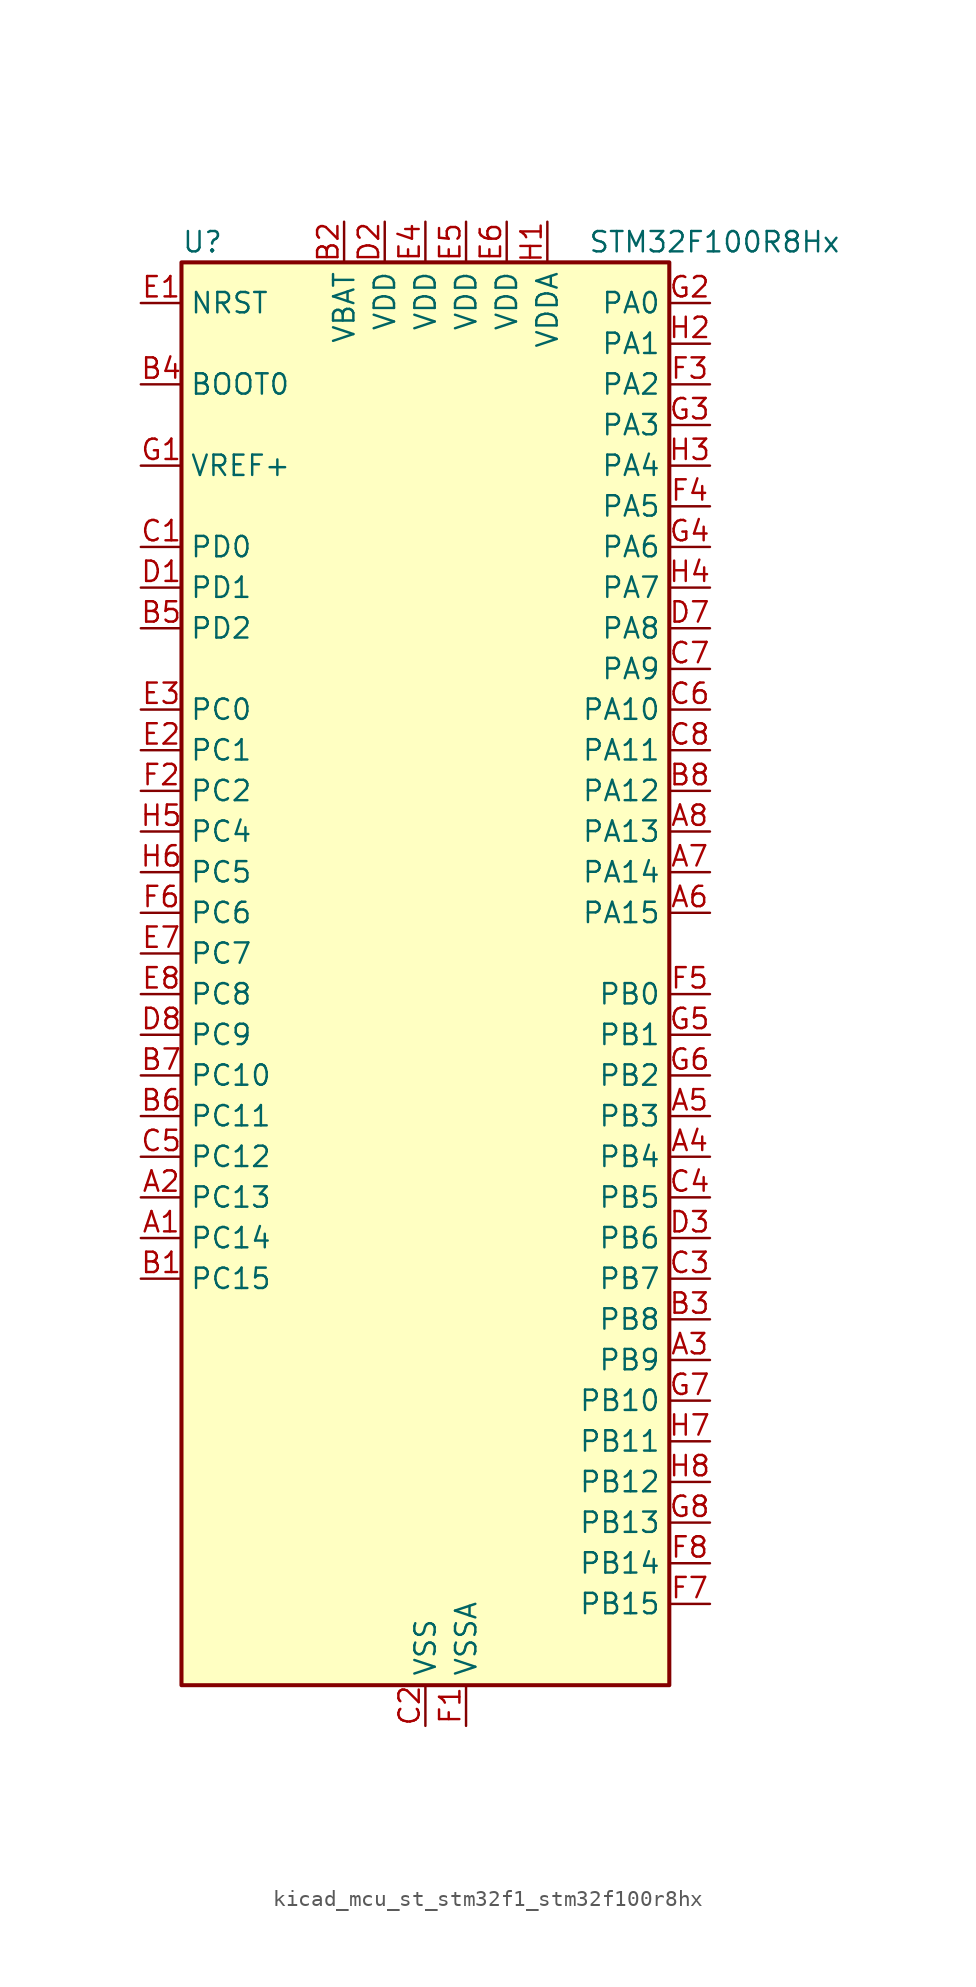
<source format=kicad_sym>
(kicad_symbol_lib
  (version 20220914)
  (generator kicad_symbol_editor)
  (symbol "kicad_mcu_st_stm32f1_stm32f100r8hx"
    (property "Reference" "U"
      (at -15.24 46.99 0)
      (effects (font (size 1.27 1.27)) (justify left)))
    (property "Value" "STM32F100R8Hx"
      (at 10.16 46.99 0)
      (effects (font (size 1.27 1.27)) (justify left)))
    (property "ki_locked" ""
      (at 0 0 0)
      (effects (font (size 1.27 1.27))))
    (symbol "kicad_mcu_st_stm32f1_stm32f100r8hx_0_1"
      (rectangle (start -15.24 -43.18) (end 15.24 45.72) (stroke (width 0.254) (type default)) (fill (type background))))
    (symbol "kicad_mcu_st_stm32f1_stm32f100r8hx_1_1"
      (pin bidirectional line (at -17.78 -15.24 0) (length 2.54) (name "PC14" (effects (font (size 1.27 1.27)))) (number "A1" (effects (font (size 1.27 1.27)))) (alternate "RCC_OSC32_IN" bidirectional line))
      (pin bidirectional line (at -17.78 -12.7 0) (length 2.54) (name "PC13" (effects (font (size 1.27 1.27)))) (number "A2" (effects (font (size 1.27 1.27)))) (alternate "RTC_OUT" bidirectional line) (alternate "RTC_TAMPER" bidirectional line))
      (pin bidirectional line (at 17.78 -22.86 180) (length 2.54) (name "PB9" (effects (font (size 1.27 1.27)))) (number "A3" (effects (font (size 1.27 1.27)))) (alternate "DAC_EXTI9" bidirectional line) (alternate "I2C1_SDA" bidirectional line) (alternate "TIM17_CH1" bidirectional line) (alternate "TIM4_CH4" bidirectional line))
      (pin bidirectional line (at 17.78 -10.16 180) (length 2.54) (name "PB4" (effects (font (size 1.27 1.27)))) (number "A4" (effects (font (size 1.27 1.27)))) (alternate "SPI1_MISO" bidirectional line) (alternate "SYS_NJTRST" bidirectional line) (alternate "TIM3_CH1" bidirectional line))
      (pin bidirectional line (at 17.78 -7.62 180) (length 2.54) (name "PB3" (effects (font (size 1.27 1.27)))) (number "A5" (effects (font (size 1.27 1.27)))) (alternate "SPI1_SCK" bidirectional line) (alternate "SYS_JTDO-TRACESWO" bidirectional line) (alternate "TIM2_CH2" bidirectional line))
      (pin bidirectional line (at 17.78 5.08 180) (length 2.54) (name "PA15" (effects (font (size 1.27 1.27)))) (number "A6" (effects (font (size 1.27 1.27)))) (alternate "ADC1_EXTI15" bidirectional line) (alternate "SPI1_NSS" bidirectional line) (alternate "SYS_JTDI" bidirectional line) (alternate "TIM2_CH1" bidirectional line) (alternate "TIM2_ETR" bidirectional line))
      (pin bidirectional line (at 17.78 7.62 180) (length 2.54) (name "PA14" (effects (font (size 1.27 1.27)))) (number "A7" (effects (font (size 1.27 1.27)))) (alternate "SYS_JTCK-SWCLK" bidirectional line))
      (pin bidirectional line (at 17.78 10.16 180) (length 2.54) (name "PA13" (effects (font (size 1.27 1.27)))) (number "A8" (effects (font (size 1.27 1.27)))) (alternate "SYS_JTMS-SWDIO" bidirectional line))
      (pin bidirectional line (at -17.78 -17.78 0) (length 2.54) (name "PC15" (effects (font (size 1.27 1.27)))) (number "B1" (effects (font (size 1.27 1.27)))) (alternate "ADC1_EXTI15" bidirectional line) (alternate "RCC_OSC32_OUT" bidirectional line))
      (pin power_in line (at -5.08 48.26 270) (length 2.54) (name "VBAT" (effects (font (size 1.27 1.27)))) (number "B2" (effects (font (size 1.27 1.27)))))
      (pin bidirectional line (at 17.78 -20.32 180) (length 2.54) (name "PB8" (effects (font (size 1.27 1.27)))) (number "B3" (effects (font (size 1.27 1.27)))) (alternate "CEC" bidirectional line) (alternate "I2C1_SCL" bidirectional line) (alternate "TIM16_CH1" bidirectional line) (alternate "TIM4_CH3" bidirectional line))
      (pin input line (at -17.78 38.1 0) (length 2.54) (name "BOOT0" (effects (font (size 1.27 1.27)))) (number "B4" (effects (font (size 1.27 1.27)))))
      (pin bidirectional line (at -17.78 22.86 0) (length 2.54) (name "PD2" (effects (font (size 1.27 1.27)))) (number "B5" (effects (font (size 1.27 1.27)))) (alternate "TIM3_ETR" bidirectional line))
      (pin bidirectional line (at -17.78 -7.62 0) (length 2.54) (name "PC11" (effects (font (size 1.27 1.27)))) (number "B6" (effects (font (size 1.27 1.27)))) (alternate "ADC1_EXTI11" bidirectional line) (alternate "USART3_RX" bidirectional line))
      (pin bidirectional line (at -17.78 -5.08 0) (length 2.54) (name "PC10" (effects (font (size 1.27 1.27)))) (number "B7" (effects (font (size 1.27 1.27)))) (alternate "USART3_TX" bidirectional line))
      (pin bidirectional line (at 17.78 12.7 180) (length 2.54) (name "PA12" (effects (font (size 1.27 1.27)))) (number "B8" (effects (font (size 1.27 1.27)))) (alternate "TIM1_ETR" bidirectional line) (alternate "USART1_RTS" bidirectional line))
      (pin bidirectional line (at -17.78 27.94 0) (length 2.54) (name "PD0" (effects (font (size 1.27 1.27)))) (number "C1" (effects (font (size 1.27 1.27)))) (alternate "RCC_OSC_IN" bidirectional line))
      (pin power_in line (at 0 -45.72 90) (length 2.54) (name "VSS" (effects (font (size 1.27 1.27)))) (number "C2" (effects (font (size 1.27 1.27)))))
      (pin bidirectional line (at 17.78 -17.78 180) (length 2.54) (name "PB7" (effects (font (size 1.27 1.27)))) (number "C3" (effects (font (size 1.27 1.27)))) (alternate "I2C1_SDA" bidirectional line) (alternate "TIM17_CH1N" bidirectional line) (alternate "TIM4_CH2" bidirectional line) (alternate "USART1_RX" bidirectional line))
      (pin bidirectional line (at 17.78 -12.7 180) (length 2.54) (name "PB5" (effects (font (size 1.27 1.27)))) (number "C4" (effects (font (size 1.27 1.27)))) (alternate "I2C1_SMBA" bidirectional line) (alternate "SPI1_MOSI" bidirectional line) (alternate "TIM16_BKIN" bidirectional line) (alternate "TIM3_CH2" bidirectional line))
      (pin bidirectional line (at -17.78 -10.16 0) (length 2.54) (name "PC12" (effects (font (size 1.27 1.27)))) (number "C5" (effects (font (size 1.27 1.27)))) (alternate "USART3_CK" bidirectional line))
      (pin bidirectional line (at 17.78 17.78 180) (length 2.54) (name "PA10" (effects (font (size 1.27 1.27)))) (number "C6" (effects (font (size 1.27 1.27)))) (alternate "TIM17_BKIN" bidirectional line) (alternate "TIM1_CH3" bidirectional line) (alternate "USART1_RX" bidirectional line))
      (pin bidirectional line (at 17.78 20.32 180) (length 2.54) (name "PA9" (effects (font (size 1.27 1.27)))) (number "C7" (effects (font (size 1.27 1.27)))) (alternate "DAC_EXTI9" bidirectional line) (alternate "TIM15_BKIN" bidirectional line) (alternate "TIM1_CH2" bidirectional line) (alternate "USART1_TX" bidirectional line))
      (pin bidirectional line (at 17.78 15.24 180) (length 2.54) (name "PA11" (effects (font (size 1.27 1.27)))) (number "C8" (effects (font (size 1.27 1.27)))) (alternate "ADC1_EXTI11" bidirectional line) (alternate "TIM1_CH4" bidirectional line) (alternate "USART1_CTS" bidirectional line))
      (pin bidirectional line (at -17.78 25.4 0) (length 2.54) (name "PD1" (effects (font (size 1.27 1.27)))) (number "D1" (effects (font (size 1.27 1.27)))) (alternate "RCC_OSC_OUT" bidirectional line))
      (pin power_in line (at -2.54 48.26 270) (length 2.54) (name "VDD" (effects (font (size 1.27 1.27)))) (number "D2" (effects (font (size 1.27 1.27)))))
      (pin bidirectional line (at 17.78 -15.24 180) (length 2.54) (name "PB6" (effects (font (size 1.27 1.27)))) (number "D3" (effects (font (size 1.27 1.27)))) (alternate "I2C1_SCL" bidirectional line) (alternate "TIM16_CH1N" bidirectional line) (alternate "TIM4_CH1" bidirectional line) (alternate "USART1_TX" bidirectional line))
      (pin passive line (at 0 -45.72 90) (length 2.54) hide (name "VSS" (effects (font (size 1.27 1.27)))) (number "D4" (effects (font (size 1.27 1.27)))))
      (pin passive line (at 0 -45.72 90) (length 2.54) hide (name "VSS" (effects (font (size 1.27 1.27)))) (number "D5" (effects (font (size 1.27 1.27)))))
      (pin passive line (at 0 -45.72 90) (length 2.54) hide (name "VSS" (effects (font (size 1.27 1.27)))) (number "D6" (effects (font (size 1.27 1.27)))))
      (pin bidirectional line (at 17.78 22.86 180) (length 2.54) (name "PA8" (effects (font (size 1.27 1.27)))) (number "D7" (effects (font (size 1.27 1.27)))) (alternate "RCC_MCO" bidirectional line) (alternate "TIM1_CH1" bidirectional line) (alternate "USART1_CK" bidirectional line))
      (pin bidirectional line (at -17.78 -2.54 0) (length 2.54) (name "PC9" (effects (font (size 1.27 1.27)))) (number "D8" (effects (font (size 1.27 1.27)))) (alternate "DAC_EXTI9" bidirectional line) (alternate "TIM3_CH4" bidirectional line))
      (pin input line (at -17.78 43.18 0) (length 2.54) (name "NRST" (effects (font (size 1.27 1.27)))) (number "E1" (effects (font (size 1.27 1.27)))))
      (pin bidirectional line (at -17.78 15.24 0) (length 2.54) (name "PC1" (effects (font (size 1.27 1.27)))) (number "E2" (effects (font (size 1.27 1.27)))) (alternate "ADC1_IN11" bidirectional line))
      (pin bidirectional line (at -17.78 17.78 0) (length 2.54) (name "PC0" (effects (font (size 1.27 1.27)))) (number "E3" (effects (font (size 1.27 1.27)))) (alternate "ADC1_IN10" bidirectional line))
      (pin power_in line (at 0 48.26 270) (length 2.54) (name "VDD" (effects (font (size 1.27 1.27)))) (number "E4" (effects (font (size 1.27 1.27)))))
      (pin power_in line (at 2.54 48.26 270) (length 2.54) (name "VDD" (effects (font (size 1.27 1.27)))) (number "E5" (effects (font (size 1.27 1.27)))))
      (pin power_in line (at 5.08 48.26 270) (length 2.54) (name "VDD" (effects (font (size 1.27 1.27)))) (number "E6" (effects (font (size 1.27 1.27)))))
      (pin bidirectional line (at -17.78 2.54 0) (length 2.54) (name "PC7" (effects (font (size 1.27 1.27)))) (number "E7" (effects (font (size 1.27 1.27)))) (alternate "TIM3_CH2" bidirectional line))
      (pin bidirectional line (at -17.78 0 0) (length 2.54) (name "PC8" (effects (font (size 1.27 1.27)))) (number "E8" (effects (font (size 1.27 1.27)))) (alternate "TIM3_CH3" bidirectional line))
      (pin power_in line (at 2.54 -45.72 90) (length 2.54) (name "VSSA" (effects (font (size 1.27 1.27)))) (number "F1" (effects (font (size 1.27 1.27)))))
      (pin bidirectional line (at -17.78 12.7 0) (length 2.54) (name "PC2" (effects (font (size 1.27 1.27)))) (number "F2" (effects (font (size 1.27 1.27)))) (alternate "ADC1_IN12" bidirectional line))
      (pin bidirectional line (at 17.78 38.1 180) (length 2.54) (name "PA2" (effects (font (size 1.27 1.27)))) (number "F3" (effects (font (size 1.27 1.27)))) (alternate "ADC1_IN2" bidirectional line) (alternate "TIM15_CH1" bidirectional line) (alternate "TIM2_CH3" bidirectional line) (alternate "USART2_TX" bidirectional line))
      (pin bidirectional line (at 17.78 30.48 180) (length 2.54) (name "PA5" (effects (font (size 1.27 1.27)))) (number "F4" (effects (font (size 1.27 1.27)))) (alternate "ADC1_IN5" bidirectional line) (alternate "DAC_OUT2" bidirectional line) (alternate "SPI1_SCK" bidirectional line))
      (pin bidirectional line (at 17.78 0 180) (length 2.54) (name "PB0" (effects (font (size 1.27 1.27)))) (number "F5" (effects (font (size 1.27 1.27)))) (alternate "ADC1_IN8" bidirectional line) (alternate "TIM1_CH2N" bidirectional line) (alternate "TIM3_CH3" bidirectional line))
      (pin bidirectional line (at -17.78 5.08 0) (length 2.54) (name "PC6" (effects (font (size 1.27 1.27)))) (number "F6" (effects (font (size 1.27 1.27)))) (alternate "TIM3_CH1" bidirectional line))
      (pin bidirectional line (at 17.78 -38.1 180) (length 2.54) (name "PB15" (effects (font (size 1.27 1.27)))) (number "F7" (effects (font (size 1.27 1.27)))) (alternate "ADC1_EXTI15" bidirectional line) (alternate "SPI2_MOSI" bidirectional line) (alternate "TIM15_CH1N" bidirectional line) (alternate "TIM15_CH2" bidirectional line) (alternate "TIM1_CH3N" bidirectional line))
      (pin bidirectional line (at 17.78 -35.56 180) (length 2.54) (name "PB14" (effects (font (size 1.27 1.27)))) (number "F8" (effects (font (size 1.27 1.27)))) (alternate "SPI2_MISO" bidirectional line) (alternate "TIM15_CH1" bidirectional line) (alternate "TIM1_CH2N" bidirectional line) (alternate "USART3_RTS" bidirectional line))
      (pin input line (at -17.78 33.02 0) (length 2.54) (name "VREF+" (effects (font (size 1.27 1.27)))) (number "G1" (effects (font (size 1.27 1.27)))))
      (pin bidirectional line (at 17.78 43.18 180) (length 2.54) (name "PA0" (effects (font (size 1.27 1.27)))) (number "G2" (effects (font (size 1.27 1.27)))) (alternate "ADC1_IN0" bidirectional line) (alternate "SYS_WKUP" bidirectional line) (alternate "TIM2_CH1" bidirectional line) (alternate "TIM2_ETR" bidirectional line) (alternate "USART2_CTS" bidirectional line))
      (pin bidirectional line (at 17.78 35.56 180) (length 2.54) (name "PA3" (effects (font (size 1.27 1.27)))) (number "G3" (effects (font (size 1.27 1.27)))) (alternate "ADC1_IN3" bidirectional line) (alternate "TIM15_CH2" bidirectional line) (alternate "TIM2_CH4" bidirectional line) (alternate "USART2_RX" bidirectional line))
      (pin bidirectional line (at 17.78 27.94 180) (length 2.54) (name "PA6" (effects (font (size 1.27 1.27)))) (number "G4" (effects (font (size 1.27 1.27)))) (alternate "ADC1_IN6" bidirectional line) (alternate "SPI1_MISO" bidirectional line) (alternate "TIM16_CH1" bidirectional line) (alternate "TIM1_BKIN" bidirectional line) (alternate "TIM3_CH1" bidirectional line))
      (pin bidirectional line (at 17.78 -2.54 180) (length 2.54) (name "PB1" (effects (font (size 1.27 1.27)))) (number "G5" (effects (font (size 1.27 1.27)))) (alternate "ADC1_IN9" bidirectional line) (alternate "TIM1_CH3N" bidirectional line) (alternate "TIM3_CH4" bidirectional line))
      (pin bidirectional line (at 17.78 -5.08 180) (length 2.54) (name "PB2" (effects (font (size 1.27 1.27)))) (number "G6" (effects (font (size 1.27 1.27)))))
      (pin bidirectional line (at 17.78 -25.4 180) (length 2.54) (name "PB10" (effects (font (size 1.27 1.27)))) (number "G7" (effects (font (size 1.27 1.27)))) (alternate "CEC" bidirectional line) (alternate "I2C2_SCL" bidirectional line) (alternate "TIM2_CH3" bidirectional line) (alternate "USART3_TX" bidirectional line))
      (pin bidirectional line (at 17.78 -33.02 180) (length 2.54) (name "PB13" (effects (font (size 1.27 1.27)))) (number "G8" (effects (font (size 1.27 1.27)))) (alternate "SPI2_SCK" bidirectional line) (alternate "TIM1_CH1N" bidirectional line) (alternate "USART3_CTS" bidirectional line))
      (pin power_in line (at 7.62 48.26 270) (length 2.54) (name "VDDA" (effects (font (size 1.27 1.27)))) (number "H1" (effects (font (size 1.27 1.27)))))
      (pin bidirectional line (at 17.78 40.64 180) (length 2.54) (name "PA1" (effects (font (size 1.27 1.27)))) (number "H2" (effects (font (size 1.27 1.27)))) (alternate "ADC1_IN1" bidirectional line) (alternate "TIM2_CH2" bidirectional line) (alternate "USART2_RTS" bidirectional line))
      (pin bidirectional line (at 17.78 33.02 180) (length 2.54) (name "PA4" (effects (font (size 1.27 1.27)))) (number "H3" (effects (font (size 1.27 1.27)))) (alternate "ADC1_IN4" bidirectional line) (alternate "DAC_OUT1" bidirectional line) (alternate "SPI1_NSS" bidirectional line) (alternate "USART2_CK" bidirectional line))
      (pin bidirectional line (at 17.78 25.4 180) (length 2.54) (name "PA7" (effects (font (size 1.27 1.27)))) (number "H4" (effects (font (size 1.27 1.27)))) (alternate "ADC1_IN7" bidirectional line) (alternate "SPI1_MOSI" bidirectional line) (alternate "TIM17_CH1" bidirectional line) (alternate "TIM1_CH1N" bidirectional line) (alternate "TIM3_CH2" bidirectional line))
      (pin bidirectional line (at -17.78 10.16 0) (length 2.54) (name "PC4" (effects (font (size 1.27 1.27)))) (number "H5" (effects (font (size 1.27 1.27)))) (alternate "ADC1_IN14" bidirectional line))
      (pin bidirectional line (at -17.78 7.62 0) (length 2.54) (name "PC5" (effects (font (size 1.27 1.27)))) (number "H6" (effects (font (size 1.27 1.27)))) (alternate "ADC1_IN15" bidirectional line))
      (pin bidirectional line (at 17.78 -27.94 180) (length 2.54) (name "PB11" (effects (font (size 1.27 1.27)))) (number "H7" (effects (font (size 1.27 1.27)))) (alternate "ADC1_EXTI11" bidirectional line) (alternate "I2C2_SDA" bidirectional line) (alternate "TIM2_CH4" bidirectional line) (alternate "USART3_RX" bidirectional line))
      (pin bidirectional line (at 17.78 -30.48 180) (length 2.54) (name "PB12" (effects (font (size 1.27 1.27)))) (number "H8" (effects (font (size 1.27 1.27)))) (alternate "I2C2_SMBA" bidirectional line) (alternate "SPI2_NSS" bidirectional line) (alternate "TIM1_BKIN" bidirectional line) (alternate "USART3_CK" bidirectional line)))))
</source>
